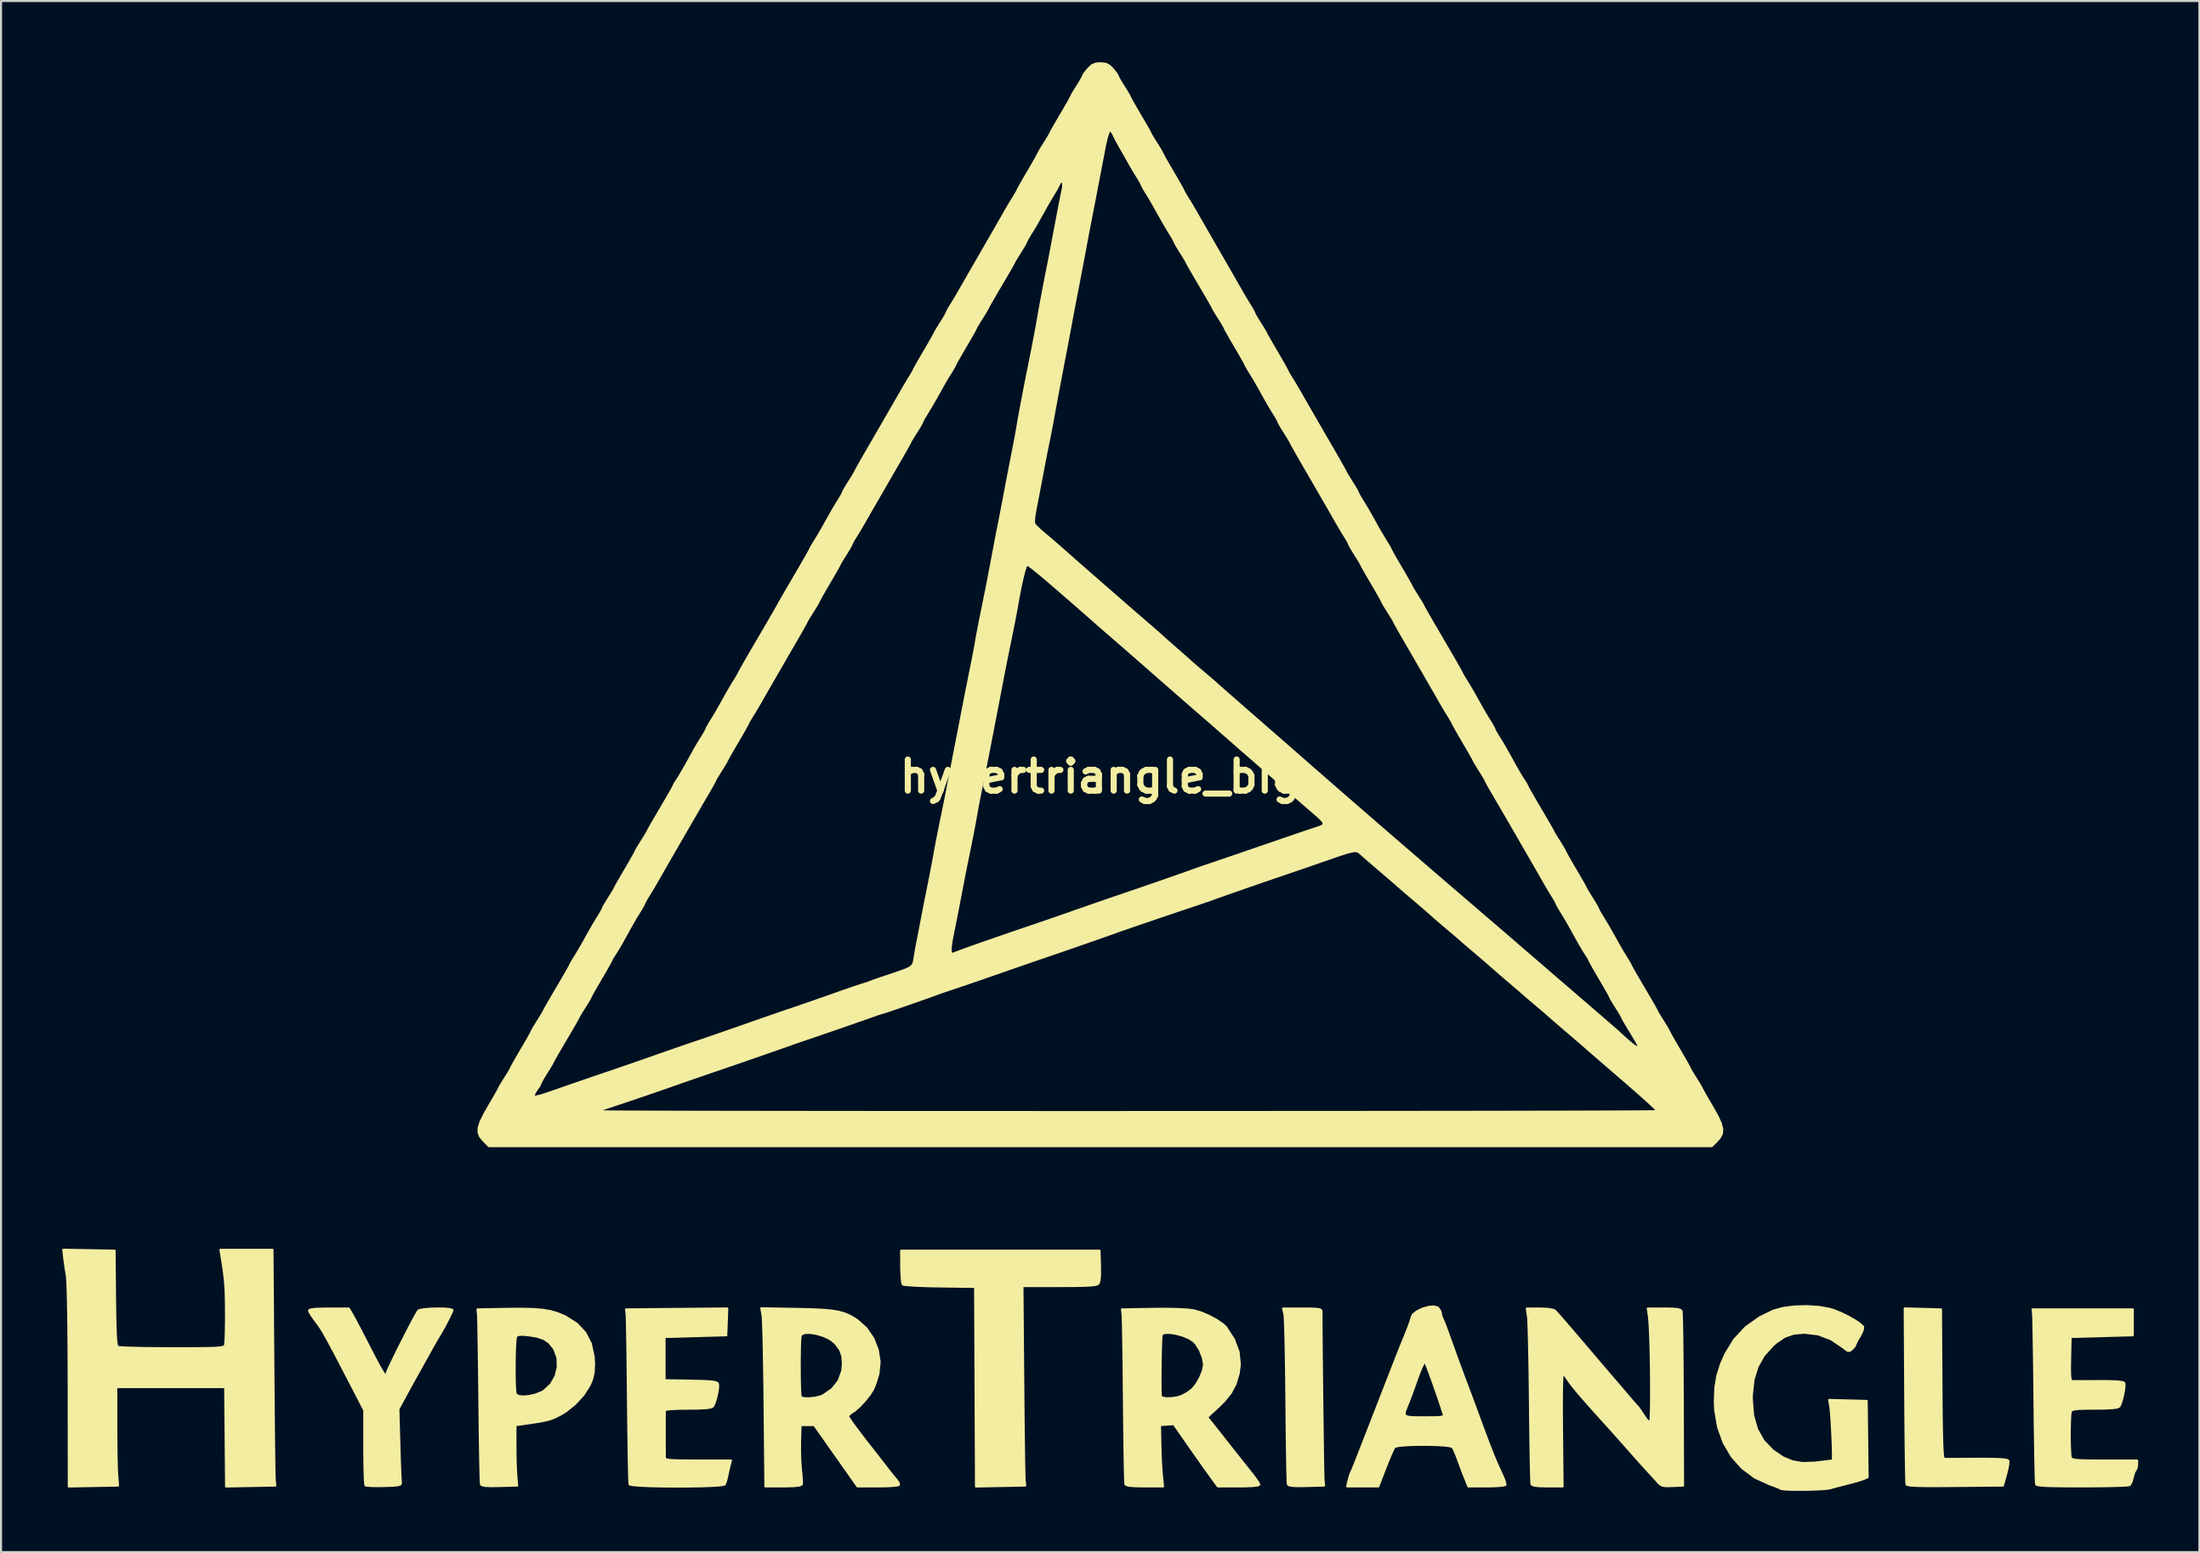
<source format=kicad_pcb>
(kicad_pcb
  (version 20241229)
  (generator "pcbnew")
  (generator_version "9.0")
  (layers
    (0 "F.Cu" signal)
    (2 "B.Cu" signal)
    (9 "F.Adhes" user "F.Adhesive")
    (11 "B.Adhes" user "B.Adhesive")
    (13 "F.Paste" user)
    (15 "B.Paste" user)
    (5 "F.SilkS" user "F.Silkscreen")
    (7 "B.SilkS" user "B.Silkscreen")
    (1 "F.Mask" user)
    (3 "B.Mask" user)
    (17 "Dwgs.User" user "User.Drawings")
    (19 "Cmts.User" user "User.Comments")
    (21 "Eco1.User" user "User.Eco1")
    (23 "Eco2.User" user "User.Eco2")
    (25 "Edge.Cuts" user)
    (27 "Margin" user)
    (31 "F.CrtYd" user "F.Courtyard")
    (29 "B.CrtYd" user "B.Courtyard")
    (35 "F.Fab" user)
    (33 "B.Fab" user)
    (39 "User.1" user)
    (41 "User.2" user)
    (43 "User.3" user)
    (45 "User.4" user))
  (footprint "hypertriangle_big"
    (layer "F.Cu")
    (at 50.867 35.017)
    (property "Reference" "hypertriangle_big" (at 0 0 0) (layer "F.SilkS") (effects (font (size 1.524 1.524) (thickness 0.3))))
    (attr through_hole)
    (fp_poly (pts (xy -0.016 24.422) (xy -0.043 24.719) (xy -0.092 24.858) (xy -0.157 24.899) (xy -0.29 24.93) (xy -0.511 24.952) (xy -0.838 24.966) (xy -1.292 24.974) (xy -1.893 24.977) (xy -2.004 24.977) (xy -3.818 24.977) (xy -3.779 29.57) (xy -3.771 30.445) (xy -3.763 31.277) (xy -3.754 32.049) (xy -3.745 32.742) (xy -3.737 33.342) (xy -3.729 33.831) (xy -3.721 34.193) (xy -3.715 34.41) (xy -3.712 34.459) (xy -3.683 34.756) (xy -4.889 34.779) (xy -6.095 34.803) (xy -6.116 29.911) (xy -6.138 25.019) (xy -7.872 24.996) (xy -8.399 24.986) (xy -8.868 24.97) (xy -9.255 24.949) (xy -9.531 24.927) (xy -9.671 24.903) (xy -9.681 24.897) (xy -9.714 24.784) (xy -9.74 24.543) (xy -9.756 24.218) (xy -9.759 24.031) (xy -9.761 23.241) (xy -4.902 23.241) (xy -0.042 23.241) (xy -0.018 23.99) (xy -0.016 24.422)) (stroke (width 0.1) (type solid)) (fill yes) (layer "F.SilkS"))
    (fp_poly (pts (xy 44.494 33.546) (xy 44.493 33.678) (xy 44.45 33.92) (xy 44.379 34.205) (xy 44.223 34.756) (xy 41.879 34.778) (xy 41.155 34.783) (xy 40.585 34.784) (xy 40.153 34.778) (xy 39.843 34.766) (xy 39.641 34.747) (xy 39.531 34.721) (xy 39.498 34.694) (xy 39.49 34.59) (xy 39.482 34.334) (xy 39.474 33.941) (xy 39.466 33.429) (xy 39.458 32.814) (xy 39.45 32.111) (xy 39.444 31.339) (xy 39.438 30.513) (xy 39.437 30.329) (xy 39.412 26.072) (xy 40.301 26.096) (xy 41.19 26.12) (xy 41.212 29.782) (xy 41.219 30.706) (xy 41.227 31.474) (xy 41.237 32.095) (xy 41.249 32.584) (xy 41.263 32.95) (xy 41.281 33.207) (xy 41.302 33.366) (xy 41.326 33.439) (xy 41.339 33.447) (xy 41.455 33.448) (xy 41.71 33.448) (xy 42.076 33.447) (xy 42.522 33.445) (xy 42.949 33.443) (xy 43.519 33.444) (xy 43.939 33.451) (xy 44.228 33.468) (xy 44.403 33.494) (xy 44.485 33.531) (xy 44.494 33.546)) (stroke (width 0.1) (type solid)) (fill yes) (layer "F.SilkS"))
    (fp_poly (pts (xy 10.964 34.756) (xy 10.095 34.78) (xy 9.671 34.786) (xy 9.393 34.773) (xy 9.239 34.741) (xy 9.187 34.695) (xy 9.178 34.591) (xy 9.169 34.334) (xy 9.159 33.942) (xy 9.149 33.433) (xy 9.14 32.823) (xy 9.13 32.129) (xy 9.122 31.368) (xy 9.115 30.607) (xy 9.106 29.792) (xy 9.096 29.022) (xy 9.085 28.315) (xy 9.072 27.688) (xy 9.058 27.16) (xy 9.044 26.748) (xy 9.03 26.471) (xy 9.018 26.352) (xy 8.955 26.077) (xy 9.896 26.077) (xy 10.309 26.08) (xy 10.581 26.091) (xy 10.74 26.114) (xy 10.816 26.154) (xy 10.836 26.216) (xy 10.836 26.226) (xy 10.836 26.485) (xy 10.838 26.874) (xy 10.841 27.372) (xy 10.846 27.959) (xy 10.852 28.614) (xy 10.86 29.317) (xy 10.868 30.048) (xy 10.877 30.786) (xy 10.886 31.511) (xy 10.895 32.203) (xy 10.904 32.84) (xy 10.912 33.403) (xy 10.92 33.871) (xy 10.927 34.225) (xy 10.933 34.442) (xy 10.936 34.502) (xy 10.964 34.756)) (stroke (width 0.1) (type solid)) (fill yes) (layer "F.SilkS"))
    (fp_poly (pts (xy -40.428 34.756) (xy -41.634 34.779) (xy -42.839 34.803) (xy -42.861 32.366) (xy -42.884 29.93) (xy -45.551 29.93) (xy -48.218 29.93) (xy -48.218 31.792) (xy -48.216 32.377) (xy -48.21 32.94) (xy -48.202 33.446) (xy -48.191 33.862) (xy -48.179 34.153) (xy -48.175 34.205) (xy -48.133 34.756) (xy -49.34 34.779) (xy -50.546 34.803) (xy -50.552 29.868) (xy -50.555 28.873) (xy -50.56 27.943) (xy -50.568 27.092) (xy -50.578 26.335) (xy -50.59 25.685) (xy -50.604 25.157) (xy -50.619 24.764) (xy -50.635 24.521) (xy -50.642 24.469) (xy -50.701 24.111) (xy -50.754 23.742) (xy -50.772 23.599) (xy -50.817 23.194) (xy -49.559 23.218) (xy -48.302 23.241) (xy -48.28 25.565) (xy -48.27 26.307) (xy -48.258 26.893) (xy -48.242 27.336) (xy -48.221 27.651) (xy -48.195 27.849) (xy -48.163 27.945) (xy -48.153 27.956) (xy -48.045 27.972) (xy -47.789 27.988) (xy -47.407 28.001) (xy -46.922 28.012) (xy -46.354 28.019) (xy -45.726 28.023) (xy -45.496 28.023) (xy -44.764 28.023) (xy -44.184 28.02) (xy -43.738 28.014) (xy -43.408 28.004) (xy -43.176 27.988) (xy -43.026 27.967) (xy -42.94 27.939) (xy -42.899 27.903) (xy -42.893 27.891) (xy -42.876 27.764) (xy -42.861 27.5) (xy -42.85 27.129) (xy -42.844 26.683) (xy -42.843 26.346) (xy -42.848 25.724) (xy -42.862 25.218) (xy -42.891 24.774) (xy -42.939 24.337) (xy -43.009 23.856) (xy -43.057 23.558) (xy -43.117 23.199) (xy -41.841 23.199) (xy -40.565 23.199) (xy -40.524 28.681) (xy -40.517 29.637) (xy -40.509 30.55) (xy -40.501 31.403) (xy -40.493 32.182) (xy -40.485 32.872) (xy -40.477 33.458) (xy -40.47 33.924) (xy -40.463 34.255) (xy -40.457 34.437) (xy -40.456 34.459) (xy -40.428 34.756)) (stroke (width 0.1) (type solid)) (fill yes) (layer "F.SilkS"))
    (fp_poly (pts (xy -18.1 33.528) (xy -18.163 33.761) (xy -18.224 34.012) (xy -18.284 34.292) (xy -18.285 34.297) (xy -18.341 34.526) (xy -18.4 34.687) (xy -18.406 34.699) (xy -18.507 34.731) (xy -18.749 34.757) (xy -19.106 34.778) (xy -19.549 34.793) (xy -20.054 34.802) (xy -20.592 34.806) (xy -21.138 34.804) (xy -21.664 34.797) (xy -22.143 34.784) (xy -22.549 34.765) (xy -22.856 34.741) (xy -23.036 34.712) (xy -23.072 34.692) (xy -23.08 34.588) (xy -23.089 34.332) (xy -23.099 33.941) (xy -23.109 33.432) (xy -23.119 32.822) (xy -23.129 32.129) (xy -23.139 31.369) (xy -23.147 30.607) (xy -23.155 29.793) (xy -23.164 29.025) (xy -23.173 28.32) (xy -23.182 27.696) (xy -23.191 27.171) (xy -23.2 26.763) (xy -23.207 26.49) (xy -23.213 26.374) (xy -23.241 26.12) (xy -20.761 26.097) (xy -18.281 26.075) (xy -18.306 26.732) (xy -18.33 27.39) (xy -19.842 27.432) (xy -21.354 27.474) (xy -21.354 28.533) (xy -21.354 29.591) (xy -20.071 29.614) (xy -19.569 29.626) (xy -19.211 29.641) (xy -18.972 29.664) (xy -18.829 29.696) (xy -18.757 29.741) (xy -18.737 29.773) (xy -18.728 29.935) (xy -18.764 30.191) (xy -18.83 30.479) (xy -18.911 30.733) (xy -18.987 30.882) (xy -19.088 30.93) (xy -19.314 30.963) (xy -19.679 30.982) (xy -20.198 30.988) (xy -20.203 30.988) (xy -20.681 30.994) (xy -21.042 31.012) (xy -21.267 31.039) (xy -21.34 31.073) (xy -21.342 31.186) (xy -21.343 31.433) (xy -21.344 31.778) (xy -21.344 32.185) (xy -21.344 32.216) (xy -21.344 32.631) (xy -21.343 32.992) (xy -21.342 33.26) (xy -21.34 33.398) (xy -21.34 33.401) (xy -21.318 33.446) (xy -21.239 33.479) (xy -21.083 33.502) (xy -20.829 33.517) (xy -20.455 33.525) (xy -19.941 33.528) (xy -19.718 33.528) (xy -18.1 33.528)) (stroke (width 0.1) (type solid)) (fill yes) (layer "F.SilkS"))
    (fp_poly (pts (xy -24.809 28.813) (xy -24.828 29.216) (xy -24.903 29.543) (xy -25.029 29.842) (xy -25.325 30.306) (xy -25.732 30.752) (xy -26.198 31.127) (xy -26.416 31.26) (xy -26.585 31.347) (xy -26.585 28.943) (xy -26.602 28.49) (xy -26.755 28.074) (xy -26.799 28.003) (xy -27.02 27.739) (xy -27.284 27.562) (xy -27.635 27.449) (xy -28.014 27.39) (xy -28.332 27.363) (xy -28.521 27.376) (xy -28.617 27.431) (xy -28.626 27.444) (xy -28.652 27.566) (xy -28.672 27.822) (xy -28.687 28.173) (xy -28.696 28.585) (xy -28.7 29.02) (xy -28.697 29.441) (xy -28.688 29.813) (xy -28.672 30.099) (xy -28.65 30.262) (xy -28.647 30.272) (xy -28.529 30.362) (xy -28.299 30.393) (xy -28.002 30.369) (xy -27.682 30.296) (xy -27.384 30.178) (xy -27.259 30.106) (xy -26.922 29.792) (xy -26.694 29.391) (xy -26.585 28.943) (xy -26.585 31.347) (xy -26.673 31.393) (xy -26.903 31.488) (xy -27.153 31.561) (xy -27.472 31.623) (xy -27.908 31.69) (xy -27.94 31.695) (xy -28.66 31.798) (xy -28.66 32.811) (xy -28.656 33.263) (xy -28.646 33.703) (xy -28.631 34.076) (xy -28.617 34.29) (xy -28.575 34.756) (xy -29.444 34.78) (xy -29.868 34.786) (xy -30.145 34.773) (xy -30.299 34.741) (xy -30.351 34.695) (xy -30.359 34.591) (xy -30.369 34.334) (xy -30.379 33.942) (xy -30.39 33.433) (xy -30.4 32.823) (xy -30.411 32.129) (xy -30.42 31.368) (xy -30.429 30.607) (xy -30.438 29.793) (xy -30.447 29.025) (xy -30.456 28.32) (xy -30.466 27.696) (xy -30.475 27.171) (xy -30.483 26.763) (xy -30.49 26.49) (xy -30.496 26.374) (xy -30.522 26.12) (xy -29.041 26.093) (xy -28.337 26.088) (xy -27.77 26.102) (xy -27.311 26.141) (xy -26.927 26.208) (xy -26.589 26.308) (xy -26.265 26.444) (xy -26.204 26.473) (xy -25.651 26.825) (xy -25.239 27.266) (xy -24.965 27.802) (xy -24.828 28.437) (xy -24.809 28.813)) (stroke (width 0.1) (type solid)) (fill yes) (layer "F.SilkS"))
    (fp_poly (pts (xy 50.8 33.735) (xy 50.772 33.911) (xy 50.725 33.988) (xy 50.662 34.094) (xy 50.601 34.299) (xy 50.59 34.352) (xy 50.527 34.575) (xy 50.448 34.72) (xy 50.432 34.733) (xy 50.324 34.75) (xy 50.07 34.765) (xy 49.694 34.778) (xy 49.218 34.788) (xy 48.667 34.794) (xy 48.109 34.797) (xy 47.399 34.795) (xy 46.844 34.789) (xy 46.427 34.779) (xy 46.135 34.762) (xy 45.951 34.739) (xy 45.862 34.709) (xy 45.848 34.692) (xy 45.84 34.588) (xy 45.831 34.332) (xy 45.821 33.941) (xy 45.81 33.432) (xy 45.8 32.822) (xy 45.789 32.129) (xy 45.779 31.369) (xy 45.771 30.607) (xy 45.762 29.793) (xy 45.752 29.025) (xy 45.743 28.32) (xy 45.733 27.696) (xy 45.724 27.171) (xy 45.716 26.763) (xy 45.709 26.49) (xy 45.703 26.374) (xy 45.678 26.12) (xy 48.133 26.12) (xy 50.588 26.12) (xy 50.588 26.755) (xy 50.588 27.39) (xy 49.064 27.432) (xy 47.54 27.474) (xy 47.517 28.554) (xy 47.51 29.021) (xy 47.517 29.342) (xy 47.537 29.536) (xy 47.574 29.625) (xy 47.601 29.637) (xy 47.722 29.638) (xy 47.977 29.638) (xy 48.335 29.637) (xy 48.76 29.635) (xy 48.909 29.634) (xy 49.456 29.636) (xy 49.843 29.652) (xy 50.078 29.682) (xy 50.169 29.724) (xy 50.183 29.857) (xy 50.156 30.092) (xy 50.102 30.373) (xy 50.031 30.641) (xy 49.955 30.839) (xy 49.929 30.882) (xy 49.829 30.93) (xy 49.606 30.963) (xy 49.243 30.982) (xy 48.728 30.988) (xy 48.724 30.988) (xy 48.258 30.991) (xy 47.934 31.001) (xy 47.727 31.023) (xy 47.609 31.058) (xy 47.555 31.11) (xy 47.549 31.122) (xy 47.529 31.256) (xy 47.513 31.521) (xy 47.502 31.876) (xy 47.498 32.258) (xy 47.502 32.664) (xy 47.514 33.015) (xy 47.53 33.272) (xy 47.549 33.394) (xy 47.587 33.441) (xy 47.674 33.476) (xy 47.832 33.501) (xy 48.084 33.516) (xy 48.451 33.525) (xy 48.957 33.528) (xy 49.2 33.528) (xy 50.8 33.528) (xy 50.8 33.735)) (stroke (width 0.1) (type solid)) (fill yes) (layer "F.SilkS"))
    (fp_poly (pts (xy -31.75 26.157) (xy -31.788 26.266) (xy -31.888 26.479) (xy -32.028 26.753) (xy -32.185 27.045) (xy -32.337 27.312) (xy -32.394 27.405) (xy -32.466 27.525) (xy -32.555 27.676) (xy -32.675 27.888) (xy -32.843 28.188) (xy -33.074 28.605) (xy -33.105 28.66) (xy -33.279 28.973) (xy -33.447 29.275) (xy -33.553 29.464) (xy -33.674 29.682) (xy -33.843 29.989) (xy -34.026 30.325) (xy -34.057 30.383) (xy -34.396 31.006) (xy -34.348 32.711) (xy -34.333 33.242) (xy -34.317 33.722) (xy -34.301 34.123) (xy -34.287 34.418) (xy -34.276 34.576) (xy -34.275 34.586) (xy -34.274 34.663) (xy -34.32 34.714) (xy -34.443 34.746) (xy -34.672 34.765) (xy -35.036 34.778) (xy -35.099 34.78) (xy -35.463 34.784) (xy -35.762 34.777) (xy -35.957 34.76) (xy -36.009 34.744) (xy -36.026 34.646) (xy -36.042 34.403) (xy -36.054 34.043) (xy -36.063 33.59) (xy -36.068 33.07) (xy -36.068 32.874) (xy -36.068 31.062) (xy -36.734 29.776) (xy -37.099 29.074) (xy -37.395 28.505) (xy -37.634 28.052) (xy -37.824 27.696) (xy -37.977 27.42) (xy -38.1 27.206) (xy -38.205 27.038) (xy -38.302 26.896) (xy -38.399 26.764) (xy -38.442 26.707) (xy -38.616 26.469) (xy -38.737 26.275) (xy -38.777 26.175) (xy -38.712 26.128) (xy -38.508 26.097) (xy -38.155 26.081) (xy -37.802 26.077) (xy -36.828 26.077) (xy -36.681 26.321) (xy -36.595 26.473) (xy -36.449 26.747) (xy -36.256 27.114) (xy -36.033 27.545) (xy -35.814 27.971) (xy -35.535 28.509) (xy -35.322 28.907) (xy -35.166 29.174) (xy -35.061 29.323) (xy -34.998 29.364) (xy -34.97 29.31) (xy -34.967 29.252) (xy -34.93 29.146) (xy -34.829 28.919) (xy -34.677 28.6) (xy -34.49 28.217) (xy -34.282 27.8) (xy -34.067 27.377) (xy -33.861 26.976) (xy -33.677 26.628) (xy -33.53 26.36) (xy -33.434 26.201) (xy -33.421 26.183) (xy -33.31 26.138) (xy -33.084 26.105) (xy -32.788 26.083) (xy -32.464 26.075) (xy -32.157 26.08) (xy -31.911 26.1) (xy -31.769 26.135) (xy -31.75 26.157)) (stroke (width 0.1) (type solid)) (fill yes) (layer "F.SilkS"))
    (fp_poly (pts (xy 37.595 34.346) (xy 37.403 34.432) (xy 37.225 34.495) (xy 36.943 34.578) (xy 36.618 34.662) (xy 36.28 34.748) (xy 35.971 34.829) (xy 35.766 34.887) (xy 35.592 34.917) (xy 35.305 34.939) (xy 34.943 34.956) (xy 34.545 34.965) (xy 34.149 34.966) (xy 33.792 34.96) (xy 33.515 34.946) (xy 33.354 34.923) (xy 33.332 34.912) (xy 33.228 34.858) (xy 33.013 34.772) (xy 32.789 34.693) (xy 32.073 34.366) (xy 31.453 33.908) (xy 30.939 33.333) (xy 30.54 32.655) (xy 30.265 31.888) (xy 30.124 31.048) (xy 30.107 30.649) (xy 30.132 29.967) (xy 30.227 29.376) (xy 30.406 28.807) (xy 30.629 28.301) (xy 31.063 27.593) (xy 31.619 26.997) (xy 32.304 26.509) (xy 32.978 26.181) (xy 33.437 26.052) (xy 34 25.978) (xy 34.61 25.96) (xy 35.21 25.999) (xy 35.744 26.096) (xy 35.941 26.156) (xy 36.291 26.298) (xy 36.647 26.472) (xy 36.97 26.655) (xy 37.221 26.826) (xy 37.363 26.961) (xy 37.376 26.986) (xy 37.36 27.121) (xy 37.27 27.331) (xy 37.21 27.434) (xy 37.084 27.648) (xy 37.009 27.804) (xy 36.999 27.841) (xy 36.943 27.947) (xy 36.833 28.064) (xy 36.719 28.152) (xy 36.621 28.153) (xy 36.478 28.055) (xy 36.4 27.989) (xy 35.804 27.585) (xy 35.17 27.344) (xy 34.491 27.264) (xy 33.975 27.309) (xy 33.536 27.461) (xy 33.118 27.742) (xy 32.966 27.875) (xy 32.517 28.372) (xy 32.201 28.925) (xy 32.006 29.559) (xy 31.924 30.298) (xy 31.92 30.524) (xy 31.983 31.313) (xy 32.175 31.993) (xy 32.496 32.565) (xy 32.947 33.032) (xy 32.963 33.045) (xy 33.438 33.369) (xy 33.901 33.567) (xy 34.402 33.651) (xy 34.988 33.634) (xy 35.154 33.616) (xy 35.478 33.575) (xy 35.731 33.545) (xy 35.87 33.529) (xy 35.885 33.528) (xy 35.895 33.449) (xy 35.896 33.236) (xy 35.889 32.923) (xy 35.876 32.544) (xy 35.857 32.135) (xy 35.835 31.729) (xy 35.811 31.36) (xy 35.787 31.065) (xy 35.765 30.879) (xy 35.71 30.559) (xy 36.63 30.583) (xy 37.55 30.607) (xy 37.572 32.477) (xy 37.595 34.346)) (stroke (width 0.1) (type solid)) (fill yes) (layer "F.SilkS"))
    (fp_poly (pts (xy -9.872 34.726) (xy -9.969 34.754) (xy -10.2 34.777) (xy -10.531 34.793) (xy -10.909 34.798) (xy -11.902 34.798) (xy -12.615 33.785) (xy -12.615 28.784) (xy -12.645 28.399) (xy -12.756 28.096) (xy -12.977 27.8) (xy -13.024 27.748) (xy -13.246 27.576) (xy -13.541 27.434) (xy -13.868 27.331) (xy -14.187 27.275) (xy -14.457 27.274) (xy -14.637 27.339) (xy -14.681 27.397) (xy -14.7 27.528) (xy -14.714 27.788) (xy -14.724 28.142) (xy -14.73 28.557) (xy -14.731 28.999) (xy -14.727 29.434) (xy -14.72 29.828) (xy -14.708 30.147) (xy -14.691 30.357) (xy -14.676 30.424) (xy -14.534 30.472) (xy -14.29 30.48) (xy -14.005 30.452) (xy -13.738 30.394) (xy -13.606 30.343) (xy -13.146 30.027) (xy -12.824 29.62) (xy -12.648 29.133) (xy -12.615 28.784) (xy -12.615 33.785) (xy -12.96 33.295) (xy -14.019 31.792) (xy -14.354 31.792) (xy -14.69 31.792) (xy -14.714 32.605) (xy -14.717 33.049) (xy -14.704 33.513) (xy -14.677 33.915) (xy -14.667 34.011) (xy -14.636 34.319) (xy -14.622 34.566) (xy -14.628 34.699) (xy -14.629 34.7) (xy -14.732 34.752) (xy -15 34.784) (xy -15.435 34.798) (xy -15.538 34.798) (xy -16.414 34.798) (xy -16.454 30.755) (xy -16.463 29.932) (xy -16.475 29.152) (xy -16.487 28.432) (xy -16.5 27.792) (xy -16.514 27.249) (xy -16.528 26.822) (xy -16.542 26.528) (xy -16.555 26.389) (xy -16.615 26.065) (xy -14.848 26.096) (xy -14.154 26.113) (xy -13.602 26.138) (xy -13.165 26.178) (xy -12.814 26.237) (xy -12.524 26.32) (xy -12.266 26.433) (xy -12.014 26.581) (xy -11.901 26.656) (xy -11.463 27.049) (xy -11.126 27.544) (xy -10.906 28.104) (xy -10.816 28.69) (xy -10.872 29.265) (xy -10.881 29.298) (xy -10.974 29.613) (xy -11.077 29.903) (xy -11.132 30.028) (xy -11.301 30.299) (xy -11.541 30.601) (xy -11.805 30.883) (xy -12.048 31.093) (xy -12.139 31.152) (xy -12.298 31.264) (xy -12.361 31.362) (xy -12.311 31.456) (xy -12.172 31.659) (xy -11.963 31.947) (xy -11.699 32.296) (xy -11.467 32.597) (xy -11.153 32.998) (xy -10.859 33.375) (xy -10.607 33.698) (xy -10.422 33.937) (xy -10.345 34.036) (xy -10.167 34.262) (xy -10.005 34.456) (xy -9.972 34.493) (xy -9.878 34.639) (xy -9.872 34.726)) (stroke (width 0.1) (type solid)) (fill yes) (layer "F.SilkS"))
    (fp_poly (pts (xy 7.789 34.712) (xy 7.708 34.751) (xy 7.473 34.779) (xy 7.104 34.795) (xy 6.773 34.798) (xy 5.757 34.798) (xy 5.397 34.305) (xy 5.214 34.051) (xy 5.08 33.863) (xy 5.08 28.833) (xy 5.023 28.49) (xy 4.876 28.117) (xy 4.675 27.797) (xy 4.572 27.686) (xy 4.346 27.538) (xy 4.048 27.414) (xy 3.721 27.322) (xy 3.409 27.272) (xy 3.159 27.274) (xy 3.013 27.337) (xy 3.006 27.347) (xy 2.993 27.448) (xy 2.98 27.685) (xy 2.969 28.025) (xy 2.96 28.435) (xy 2.953 28.881) (xy 2.949 29.332) (xy 2.948 29.752) (xy 2.951 30.111) (xy 2.958 30.373) (xy 2.958 30.374) (xy 3.037 30.444) (xy 3.231 30.477) (xy 3.491 30.471) (xy 3.769 30.429) (xy 3.991 30.36) (xy 4.259 30.214) (xy 4.508 30.027) (xy 4.512 30.024) (xy 4.706 29.783) (xy 4.888 29.462) (xy 5.023 29.127) (xy 5.08 28.846) (xy 5.08 28.833) (xy 5.08 33.863) (xy 4.964 33.699) (xy 4.677 33.293) (xy 4.384 32.874) (xy 4.318 32.78) (xy 3.598 31.746) (xy 3.26 31.769) (xy 2.922 31.792) (xy 2.941 32.749) (xy 2.954 33.205) (xy 2.974 33.663) (xy 2.999 34.059) (xy 3.015 34.252) (xy 3.071 34.798) (xy 2.168 34.798) (xy 1.721 34.791) (xy 1.426 34.769) (xy 1.266 34.729) (xy 1.227 34.692) (xy 1.218 34.588) (xy 1.209 34.332) (xy 1.199 33.941) (xy 1.189 33.432) (xy 1.179 32.822) (xy 1.17 32.129) (xy 1.161 31.369) (xy 1.154 30.607) (xy 1.146 29.793) (xy 1.138 29.025) (xy 1.129 28.32) (xy 1.12 27.696) (xy 1.111 27.171) (xy 1.103 26.763) (xy 1.095 26.49) (xy 1.089 26.374) (xy 1.058 26.12) (xy 2.582 26.094) (xy 3.267 26.09) (xy 3.848 26.102) (xy 4.303 26.13) (xy 4.598 26.17) (xy 4.944 26.274) (xy 5.328 26.439) (xy 5.697 26.637) (xy 5.998 26.841) (xy 6.155 26.989) (xy 6.545 27.589) (xy 6.773 28.205) (xy 6.834 28.829) (xy 6.778 29.264) (xy 6.626 29.771) (xy 6.398 30.207) (xy 6.064 30.623) (xy 5.771 30.91) (xy 5.234 31.403) (xy 6.152 32.565) (xy 6.483 32.985) (xy 6.807 33.394) (xy 7.097 33.76) (xy 7.326 34.048) (xy 7.429 34.177) (xy 7.611 34.416) (xy 7.741 34.608) (xy 7.789 34.712)) (stroke (width 0.1) (type solid)) (fill yes) (layer "F.SilkS"))
    (fp_poly (pts (xy 28.551 34.756) (xy 28.026 34.781) (xy 27.724 34.787) (xy 27.536 34.761) (xy 27.409 34.689) (xy 27.333 34.612) (xy 27.182 34.442) (xy 26.97 34.208) (xy 26.812 34.036) (xy 26.604 33.808) (xy 26.327 33.5) (xy 26.023 33.158) (xy 25.827 32.935) (xy 25.516 32.583) (xy 25.193 32.22) (xy 24.906 31.899) (xy 24.768 31.747) (xy 24.178 31.093) (xy 23.703 30.556) (xy 23.339 30.133) (xy 23.084 29.819) (xy 22.954 29.641) (xy 22.81 29.432) (xy 22.695 29.279) (xy 22.672 29.252) (xy 22.65 29.31) (xy 22.634 29.528) (xy 22.622 29.898) (xy 22.615 30.411) (xy 22.614 31.058) (xy 22.619 31.831) (xy 22.62 31.983) (xy 22.648 34.798) (xy 21.905 34.798) (xy 21.496 34.788) (xy 21.242 34.757) (xy 21.13 34.704) (xy 21.124 34.692) (xy 21.115 34.588) (xy 21.106 34.332) (xy 21.096 33.942) (xy 21.085 33.434) (xy 21.075 32.827) (xy 21.065 32.137) (xy 21.055 31.383) (xy 21.049 30.734) (xy 21.04 29.927) (xy 21.029 29.159) (xy 21.017 28.451) (xy 21.003 27.82) (xy 20.99 27.287) (xy 20.976 26.87) (xy 20.963 26.589) (xy 20.953 26.48) (xy 20.896 26.077) (xy 21.533 26.077) (xy 21.948 26.095) (xy 22.207 26.146) (xy 22.282 26.19) (xy 22.42 26.34) (xy 22.664 26.617) (xy 23.011 27.019) (xy 23.461 27.543) (xy 24.009 28.188) (xy 24.086 28.279) (xy 24.396 28.643) (xy 24.685 28.982) (xy 24.927 29.266) (xy 25.096 29.462) (xy 25.135 29.507) (xy 25.297 29.695) (xy 25.524 29.96) (xy 25.773 30.253) (xy 25.823 30.312) (xy 26.041 30.567) (xy 26.217 30.77) (xy 26.324 30.888) (xy 26.339 30.903) (xy 26.411 30.994) (xy 26.536 31.18) (xy 26.616 31.305) (xy 26.762 31.513) (xy 26.886 31.643) (xy 26.931 31.665) (xy 26.951 31.585) (xy 26.967 31.36) (xy 26.977 31.015) (xy 26.983 30.575) (xy 26.984 30.065) (xy 26.982 29.509) (xy 26.975 28.932) (xy 26.965 28.358) (xy 26.951 27.814) (xy 26.934 27.322) (xy 26.914 26.908) (xy 26.892 26.597) (xy 26.879 26.48) (xy 26.822 26.077) (xy 27.626 26.077) (xy 28.023 26.083) (xy 28.279 26.104) (xy 28.422 26.143) (xy 28.477 26.2) (xy 28.487 26.307) (xy 28.496 26.566) (xy 28.505 26.961) (xy 28.514 27.476) (xy 28.521 28.093) (xy 28.528 28.796) (xy 28.533 29.568) (xy 28.537 30.393) (xy 28.538 30.539) (xy 28.551 34.756)) (stroke (width 0.1) (type solid)) (fill yes) (layer "F.SilkS"))
    (fp_poly (pts (xy 19.851 34.714) (xy 19.848 34.724) (xy 19.749 34.755) (xy 19.519 34.779) (xy 19.194 34.794) (xy 18.916 34.798) (xy 18.03 34.798) (xy 17.937 34.565) (xy 17.843 34.331) (xy 17.775 34.163) (xy 17.711 33.995) (xy 17.614 33.73) (xy 17.526 33.487) (xy 17.417 33.203) (xy 17.316 32.978) (xy 17.255 32.873) (xy 17.136 32.829) (xy 16.884 32.796) (xy 16.829 32.793) (xy 16.829 31.29) (xy 16.822 31.263) (xy 16.713 30.922) (xy 16.581 30.526) (xy 16.436 30.106) (xy 16.291 29.692) (xy 16.154 29.314) (xy 16.038 29.003) (xy 15.954 28.79) (xy 15.911 28.705) (xy 15.91 28.705) (xy 15.847 28.758) (xy 15.754 28.931) (xy 15.627 29.239) (xy 15.46 29.695) (xy 15.452 29.718) (xy 15.328 30.065) (xy 15.236 30.317) (xy 15.152 30.537) (xy 15.052 30.79) (xy 14.997 30.928) (xy 14.922 31.126) (xy 14.903 31.261) (xy 14.961 31.345) (xy 15.118 31.39) (xy 15.397 31.408) (xy 15.82 31.411) (xy 15.885 31.411) (xy 16.306 31.409) (xy 16.584 31.4) (xy 16.746 31.38) (xy 16.819 31.345) (xy 16.829 31.29) (xy 16.829 32.793) (xy 16.536 32.773) (xy 16.126 32.761) (xy 15.693 32.759) (xy 15.27 32.768) (xy 14.896 32.787) (xy 14.605 32.816) (xy 14.435 32.856) (xy 14.41 32.873) (xy 14.345 32.992) (xy 14.237 33.233) (xy 14.1 33.559) (xy 13.97 33.889) (xy 13.619 34.798) (xy 12.856 34.798) (xy 12.094 34.798) (xy 12.154 34.526) (xy 12.216 34.294) (xy 12.281 34.123) (xy 12.308 34.068) (xy 12.344 33.987) (xy 12.396 33.862) (xy 12.471 33.674) (xy 12.577 33.406) (xy 12.72 33.04) (xy 12.908 32.558) (xy 13.148 31.942) (xy 13.239 31.708) (xy 13.618 30.732) (xy 13.938 29.909) (xy 14.201 29.234) (xy 14.409 28.7) (xy 14.565 28.304) (xy 14.669 28.04) (xy 14.724 27.902) (xy 14.726 27.898) (xy 14.921 27.422) (xy 15.078 27.025) (xy 15.186 26.73) (xy 15.237 26.56) (xy 15.24 26.537) (xy 15.316 26.372) (xy 15.513 26.215) (xy 15.781 26.085) (xy 16.073 25.999) (xy 16.34 25.975) (xy 16.534 26.032) (xy 16.556 26.051) (xy 16.659 26.209) (xy 16.679 26.296) (xy 16.718 26.473) (xy 16.759 26.565) (xy 16.824 26.713) (xy 16.925 26.97) (xy 17.041 27.286) (xy 17.063 27.347) (xy 17.214 27.771) (xy 17.387 28.253) (xy 17.568 28.749) (xy 17.74 29.216) (xy 17.887 29.611) (xy 17.992 29.887) (xy 18.07 30.095) (xy 18.188 30.41) (xy 18.326 30.783) (xy 18.409 31.009) (xy 18.686 31.761) (xy 18.914 32.374) (xy 19.104 32.872) (xy 19.264 33.275) (xy 19.402 33.606) (xy 19.527 33.887) (xy 19.612 34.068) (xy 19.741 34.355) (xy 19.825 34.585) (xy 19.851 34.714)) (stroke (width 0.1) (type solid)) (fill yes) (layer "F.SilkS"))
    (fp_poly (pts (xy 30.473 17.28) (xy 30.456 17.506) (xy 30.352 17.707) (xy 30.219 17.858) (xy 29.959 18.119) (xy 27.291 18.119) (xy 27.291 16.401) (xy 27.249 16.343) (xy 27.094 16.188) (xy 26.841 15.953) (xy 26.507 15.652) (xy 26.373 15.534) (xy 26.373 13.272) (xy 26.345 13.151) (xy 26.32 13.102) (xy 26.226 12.935) (xy 26.074 12.679) (xy 25.898 12.388) (xy 25.894 12.381) (xy 25.736 12.119) (xy 25.621 11.917) (xy 25.57 11.815) (xy 25.569 11.811) (xy 25.527 11.725) (xy 25.417 11.539) (xy 25.273 11.309) (xy 25.121 11.066) (xy 25.014 10.884) (xy 24.977 10.806) (xy 24.936 10.722) (xy 24.826 10.522) (xy 24.663 10.238) (xy 24.469 9.906) (xy 24.27 9.566) (xy 24.108 9.282) (xy 23.999 9.084) (xy 23.961 9.002) (xy 23.917 8.91) (xy 23.811 8.745) (xy 23.803 8.734) (xy 23.68 8.541) (xy 23.515 8.263) (xy 23.366 8.001) (xy 23.133 7.579) (xy 22.961 7.27) (xy 22.829 7.039) (xy 22.717 6.851) (xy 22.605 6.669) (xy 22.568 6.611) (xy 22.441 6.401) (xy 22.364 6.256) (xy 22.352 6.223) (xy 22.311 6.131) (xy 22.205 5.948) (xy 22.136 5.835) (xy 21.958 5.545) (xy 21.783 5.248) (xy 21.744 5.18) (xy 21.619 4.959) (xy 21.424 4.619) (xy 21.176 4.188) (xy 20.891 3.693) (xy 20.584 3.162) (xy 20.273 2.623) (xy 19.971 2.103) (xy 19.697 1.63) (xy 19.464 1.231) (xy 19.291 0.934) (xy 19.248 0.861) (xy 19.081 0.575) (xy 18.954 0.348) (xy 18.887 0.218) (xy 18.881 0.201) (xy 18.838 0.114) (xy 18.728 -0.072) (xy 18.584 -0.302) (xy 18.433 -0.544) (xy 18.326 -0.724) (xy 18.288 -0.799) (xy 18.247 -0.881) (xy 18.137 -1.078) (xy 17.974 -1.362) (xy 17.78 -1.693) (xy 17.582 -2.032) (xy 17.42 -2.315) (xy 17.311 -2.511) (xy 17.272 -2.591) (xy 17.231 -2.678) (xy 17.126 -2.857) (xy 17.056 -2.971) (xy 16.881 -3.255) (xy 16.712 -3.542) (xy 16.673 -3.61) (xy 16.571 -3.789) (xy 16.405 -4.079) (xy 16.193 -4.446) (xy 15.957 -4.855) (xy 15.861 -5.022) (xy 15.592 -5.488) (xy 15.312 -5.972) (xy 15.05 -6.423) (xy 14.838 -6.79) (xy 14.804 -6.849) (xy 14.629 -7.155) (xy 14.491 -7.401) (xy 14.408 -7.555) (xy 14.393 -7.588) (xy 14.351 -7.668) (xy 14.241 -7.85) (xy 14.097 -8.08) (xy 13.945 -8.323) (xy 13.838 -8.505) (xy 13.801 -8.583) (xy 13.76 -8.667) (xy 13.65 -8.866) (xy 13.487 -9.151) (xy 13.293 -9.483) (xy 13.094 -9.821) (xy 12.932 -10.103) (xy 12.824 -10.298) (xy 12.785 -10.377) (xy 12.743 -10.46) (xy 12.633 -10.644) (xy 12.488 -10.874) (xy 12.336 -11.119) (xy 12.229 -11.304) (xy 12.192 -11.385) (xy 12.151 -11.479) (xy 12.045 -11.663) (xy 11.976 -11.776) (xy 11.801 -12.061) (xy 11.632 -12.347) (xy 11.593 -12.415) (xy 11.491 -12.594) (xy 11.325 -12.884) (xy 11.113 -13.252) (xy 10.877 -13.661) (xy 10.781 -13.828) (xy 10.512 -14.293) (xy 10.232 -14.777) (xy 9.97 -15.228) (xy 9.758 -15.595) (xy 9.724 -15.654) (xy 9.549 -15.961) (xy 9.411 -16.207) (xy 9.328 -16.36) (xy 9.313 -16.394) (xy 9.271 -16.474) (xy 9.161 -16.656) (xy 9.017 -16.885) (xy 8.865 -17.13) (xy 8.758 -17.315) (xy 8.721 -17.397) (xy 8.679 -17.491) (xy 8.574 -17.675) (xy 8.504 -17.787) (xy 8.401 -17.953) (xy 8.307 -18.108) (xy 8.201 -18.289) (xy 8.064 -18.531) (xy 7.875 -18.869) (xy 7.767 -19.063) (xy 7.588 -19.376) (xy 7.395 -19.697) (xy 7.33 -19.802) (xy 7.203 -20.011) (xy 7.124 -20.153) (xy 7.112 -20.184) (xy 7.071 -20.268) (xy 6.961 -20.466) (xy 6.798 -20.75) (xy 6.604 -21.082) (xy 6.406 -21.421) (xy 6.244 -21.704) (xy 6.135 -21.901) (xy 6.096 -21.982) (xy 6.054 -22.068) (xy 5.944 -22.255) (xy 5.8 -22.485) (xy 5.648 -22.727) (xy 5.541 -22.907) (xy 5.503 -22.983) (xy 5.463 -23.064) (xy 5.35 -23.264) (xy 5.181 -23.557) (xy 4.971 -23.916) (xy 4.868 -24.09) (xy 4.645 -24.47) (xy 4.456 -24.795) (xy 4.316 -25.039) (xy 4.242 -25.176) (xy 4.233 -25.195) (xy 4.191 -25.277) (xy 4.081 -25.461) (xy 3.937 -25.691) (xy 3.785 -25.935) (xy 3.678 -26.12) (xy 3.641 -26.202) (xy 3.599 -26.296) (xy 3.494 -26.48) (xy 3.424 -26.593) (xy 3.321 -26.758) (xy 3.227 -26.914) (xy 3.121 -27.094) (xy 2.984 -27.336) (xy 2.795 -27.674) (xy 2.687 -27.868) (xy 2.508 -28.181) (xy 2.315 -28.502) (xy 2.25 -28.607) (xy 2.123 -28.818) (xy 2.044 -28.964) (xy 2.032 -28.998) (xy 1.991 -29.091) (xy 1.885 -29.274) (xy 1.814 -29.389) (xy 1.628 -29.694) (xy 1.439 -30.016) (xy 1.4 -30.086) (xy 1.245 -30.362) (xy 1.056 -30.693) (xy 0.936 -30.903) (xy 0.787 -31.173) (xy 0.671 -31.4) (xy 0.62 -31.517) (xy 0.531 -31.643) (xy 0.467 -31.665) (xy 0.402 -31.583) (xy 0.322 -31.341) (xy 0.23 -30.951) (xy 0.175 -30.671) (xy 0.047 -29.995) (xy -0.104 -29.205) (xy -0.268 -28.353) (xy -0.436 -27.489) (xy -0.504 -27.136) (xy -0.551 -26.891) (xy -0.621 -26.527) (xy -0.703 -26.09) (xy -0.79 -25.627) (xy -0.801 -25.569) (xy -0.888 -25.106) (xy -0.972 -24.664) (xy -1.043 -24.288) (xy -1.094 -24.025) (xy -1.098 -24.003) (xy -1.237 -23.288) (xy -1.363 -22.625) (xy -1.469 -22.06) (xy -1.517 -21.802) (xy -1.57 -21.514) (xy -1.645 -21.114) (xy -1.733 -20.658) (xy -1.814 -20.235) (xy -1.82 -20.203) (xy -1.82 -29.069) (xy -1.873 -29.171) (xy -1.952 -29.16) (xy -2.005 -29.067) (xy -2.084 -28.902) (xy -2.214 -28.671) (xy -2.265 -28.588) (xy -2.434 -28.308) (xy -2.62 -27.988) (xy -2.687 -27.868) (xy -2.907 -27.475) (xy -3.065 -27.194) (xy -3.182 -26.99) (xy -3.278 -26.828) (xy -3.375 -26.671) (xy -3.424 -26.593) (xy -3.551 -26.382) (xy -3.629 -26.236) (xy -3.641 -26.202) (xy -3.683 -26.111) (xy -3.793 -25.921) (xy -3.937 -25.691) (xy -4.089 -25.449) (xy -4.196 -25.27) (xy -4.233 -25.195) (xy -4.274 -25.115) (xy -4.386 -24.916) (xy -4.555 -24.624) (xy -4.765 -24.265) (xy -4.868 -24.09) (xy -5.092 -23.711) (xy -5.281 -23.385) (xy -5.42 -23.14) (xy -5.495 -23.003) (xy -5.503 -22.983) (xy -5.545 -22.899) (xy -5.655 -22.715) (xy -5.8 -22.485) (xy -5.952 -22.242) (xy -6.058 -22.06) (xy -6.096 -21.982) (xy -6.137 -21.898) (xy -6.247 -21.698) (xy -6.41 -21.414) (xy -6.604 -21.082) (xy -6.802 -20.743) (xy -6.964 -20.461) (xy -7.073 -20.264) (xy -7.112 -20.184) (xy -7.153 -20.097) (xy -7.258 -19.918) (xy -7.328 -19.805) (xy -7.432 -19.639) (xy -7.526 -19.484) (xy -7.631 -19.303) (xy -7.768 -19.061) (xy -7.957 -18.723) (xy -8.065 -18.529) (xy -8.245 -18.216) (xy -8.438 -17.895) (xy -8.503 -17.79) (xy -8.63 -17.579) (xy -8.709 -17.431) (xy -8.721 -17.397) (xy -8.763 -17.306) (xy -8.873 -17.116) (xy -9.017 -16.885) (xy -9.169 -16.644) (xy -9.275 -16.467) (xy -9.313 -16.394) (xy -9.353 -16.313) (xy -9.459 -16.119) (xy -9.614 -15.845) (xy -9.724 -15.654) (xy -9.923 -15.311) (xy -10.177 -14.872) (xy -10.455 -14.39) (xy -10.729 -13.917) (xy -10.781 -13.828) (xy -11.021 -13.412) (xy -11.245 -13.024) (xy -11.431 -12.698) (xy -11.561 -12.471) (xy -11.593 -12.415) (xy -11.748 -12.149) (xy -11.928 -11.852) (xy -11.976 -11.776) (xy -12.103 -11.566) (xy -12.18 -11.419) (xy -12.192 -11.385) (xy -12.234 -11.295) (xy -12.345 -11.104) (xy -12.488 -10.874) (xy -12.64 -10.632) (xy -12.747 -10.452) (xy -12.785 -10.377) (xy -12.825 -10.295) (xy -12.935 -10.098) (xy -13.098 -9.814) (xy -13.293 -9.483) (xy -13.491 -9.144) (xy -13.653 -8.86) (xy -13.762 -8.663) (xy -13.801 -8.583) (xy -13.843 -8.497) (xy -13.953 -8.31) (xy -14.097 -8.08) (xy -14.249 -7.839) (xy -14.355 -7.661) (xy -14.393 -7.588) (xy -14.433 -7.507) (xy -14.539 -7.314) (xy -14.694 -7.04) (xy -14.804 -6.849) (xy -15.003 -6.505) (xy -15.257 -6.067) (xy -15.535 -5.585) (xy -15.809 -5.112) (xy -15.861 -5.022) (xy -16.101 -4.606) (xy -16.325 -4.218) (xy -16.511 -3.893) (xy -16.641 -3.666) (xy -16.673 -3.61) (xy -16.828 -3.344) (xy -17.008 -3.047) (xy -17.056 -2.971) (xy -17.182 -2.763) (xy -17.26 -2.622) (xy -17.272 -2.591) (xy -17.313 -2.508) (xy -17.423 -2.309) (xy -17.586 -2.025) (xy -17.78 -1.693) (xy -17.978 -1.355) (xy -18.14 -1.073) (xy -18.249 -0.878) (xy -18.288 -0.799) (xy -18.33 -0.716) (xy -18.44 -0.532) (xy -18.584 -0.302) (xy -18.736 -0.059) (xy -18.843 0.123) (xy -18.881 0.201) (xy -18.921 0.286) (xy -19.028 0.481) (xy -19.182 0.749) (xy -19.248 0.861) (xy -19.398 1.117) (xy -19.612 1.484) (xy -19.874 1.935) (xy -20.168 2.442) (xy -20.478 2.978) (xy -20.788 3.515) (xy -21.082 4.025) (xy -21.345 4.481) (xy -21.559 4.855) (xy -21.71 5.12) (xy -21.744 5.18) (xy -21.906 5.458) (xy -22.09 5.761) (xy -22.136 5.835) (xy -22.263 6.045) (xy -22.34 6.19) (xy -22.352 6.223) (xy -22.393 6.315) (xy -22.499 6.498) (xy -22.568 6.611) (xy -22.685 6.798) (xy -22.795 6.981) (xy -22.918 7.195) (xy -23.077 7.477) (xy -23.289 7.862) (xy -23.366 8.001) (xy -23.536 8.3) (xy -23.698 8.57) (xy -23.803 8.734) (xy -23.912 8.901) (xy -23.96 9) (xy -23.961 9.002) (xy -24.001 9.088) (xy -24.112 9.289) (xy -24.275 9.574) (xy -24.469 9.906) (xy -24.667 10.245) (xy -24.829 10.528) (xy -24.938 10.725) (xy -24.977 10.806) (xy -25.019 10.892) (xy -25.129 11.079) (xy -25.273 11.309) (xy -25.425 11.55) (xy -25.532 11.729) (xy -25.569 11.804) (xy -25.61 11.884) (xy -25.722 12.084) (xy -25.891 12.376) (xy -26.101 12.734) (xy -26.204 12.909) (xy -26.428 13.289) (xy -26.617 13.614) (xy -26.756 13.859) (xy -26.831 13.997) (xy -26.839 14.016) (xy -26.881 14.1) (xy -26.991 14.285) (xy -27.136 14.515) (xy -27.288 14.763) (xy -27.396 14.955) (xy -27.434 15.045) (xy -27.483 15.154) (xy -27.598 15.321) (xy -27.601 15.325) (xy -27.719 15.504) (xy -27.769 15.638) (xy -27.769 15.638) (xy -27.754 15.678) (xy -27.694 15.69) (xy -27.569 15.67) (xy -27.36 15.612) (xy -27.047 15.511) (xy -26.611 15.362) (xy -26.162 15.204) (xy -25.717 15.049) (xy -25.182 14.865) (xy -24.628 14.675) (xy -24.172 14.52) (xy -23.659 14.346) (xy -23.059 14.139) (xy -22.443 13.926) (xy -21.884 13.73) (xy -21.844 13.716) (xy -21.327 13.534) (xy -20.781 13.344) (xy -20.265 13.166) (xy -19.837 13.021) (xy -19.77 12.998) (xy -19.399 12.873) (xy -18.917 12.707) (xy -18.371 12.517) (xy -17.808 12.321) (xy -17.441 12.192) (xy -16.895 12) (xy -16.332 11.804) (xy -15.801 11.621) (xy -15.35 11.466) (xy -15.113 11.386) (xy -14.71 11.249) (xy -14.207 11.075) (xy -13.662 10.885) (xy -13.135 10.7) (xy -13.039 10.665) (xy -12.6 10.511) (xy -12.207 10.374) (xy -11.893 10.268) (xy -11.691 10.202) (xy -11.642 10.187) (xy -11.416 10.117) (xy -11.303 10.073) (xy -11.151 10.016) (xy -10.883 9.921) (xy -10.546 9.807) (xy -10.362 9.745) (xy -9.902 9.591) (xy -9.578 9.474) (xy -9.364 9.376) (xy -9.234 9.283) (xy -9.164 9.177) (xy -9.128 9.042) (xy -9.113 8.944) (xy -9.062 8.625) (xy -8.999 8.279) (xy -8.986 8.213) (xy -8.935 7.951) (xy -8.864 7.589) (xy -8.788 7.192) (xy -8.764 7.07) (xy -8.689 6.68) (xy -8.626 6.353) (xy -8.564 6.039) (xy -8.494 5.688) (xy -8.407 5.251) (xy -8.339 4.911) (xy -8.263 4.524) (xy -8.192 4.149) (xy -8.139 3.856) (xy -8.131 3.81) (xy -8.083 3.541) (xy -8.007 3.143) (xy -7.9 2.606) (xy -7.762 1.921) (xy -7.62 1.228) (xy -7.571 0.98) (xy -7.499 0.614) (xy -7.414 0.179) (xy -7.326 -0.277) (xy -7.323 -0.296) (xy -7.235 -0.752) (xy -7.151 -1.189) (xy -7.079 -1.559) (xy -7.03 -1.813) (xy -7.028 -1.82) (xy -6.97 -2.117) (xy -6.895 -2.501) (xy -6.82 -2.893) (xy -6.814 -2.921) (xy -6.708 -3.469) (xy -6.615 -3.947) (xy -6.521 -4.42) (xy -6.414 -4.954) (xy -6.337 -5.334) (xy -6.254 -5.749) (xy -6.178 -6.145) (xy -6.119 -6.467) (xy -6.096 -6.604) (xy -6.067 -6.776) (xy -6.026 -6.999) (xy -5.97 -7.293) (xy -5.894 -7.68) (xy -5.793 -8.18) (xy -5.665 -8.814) (xy -5.589 -9.186) (xy -5.54 -9.431) (xy -5.47 -9.796) (xy -5.387 -10.233) (xy -5.3 -10.696) (xy -5.289 -10.753) (xy -5.203 -11.21) (xy -5.121 -11.643) (xy -5.051 -12.006) (xy -5.001 -12.253) (xy -4.997 -12.277) (xy -4.951 -12.501) (xy -4.883 -12.849) (xy -4.802 -13.276) (xy -4.714 -13.738) (xy -4.694 -13.843) (xy -4.595 -14.367) (xy -4.488 -14.923) (xy -4.387 -15.445) (xy -4.304 -15.868) (xy -4.302 -15.875) (xy -4.221 -16.29) (xy -4.145 -16.694) (xy -4.086 -17.026) (xy -4.066 -17.145) (xy -4.019 -17.423) (xy -3.947 -17.825) (xy -3.857 -18.307) (xy -3.758 -18.828) (xy -3.658 -19.344) (xy -3.564 -19.813) (xy -3.556 -19.854) (xy -3.438 -20.441) (xy -3.323 -21.023) (xy -3.218 -21.564) (xy -3.131 -22.028) (xy -3.069 -22.378) (xy -3.052 -22.479) (xy -3.004 -22.757) (xy -2.931 -23.159) (xy -2.841 -23.642) (xy -2.742 -24.164) (xy -2.641 -24.682) (xy -2.547 -25.154) (xy -2.54 -25.188) (xy -2.482 -25.486) (xy -2.408 -25.87) (xy -2.335 -26.262) (xy -2.33 -26.289) (xy -2.233 -26.804) (xy -2.13 -27.348) (xy -2.028 -27.879) (xy -1.935 -28.353) (xy -1.859 -28.728) (xy -1.826 -28.887) (xy -1.82 -29.069) (xy -1.82 -20.203) (xy -1.911 -19.729) (xy -2.024 -19.13) (xy -2.139 -18.514) (xy -2.242 -17.954) (xy -2.243 -17.949) (xy -2.328 -17.483) (xy -2.41 -17.047) (xy -2.48 -16.683) (xy -2.53 -16.433) (xy -2.541 -16.383) (xy -2.584 -16.175) (xy -2.651 -15.843) (xy -2.731 -15.427) (xy -2.819 -14.971) (xy -2.84 -14.859) (xy -2.932 -14.37) (xy -3.025 -13.884) (xy -3.108 -13.452) (xy -3.17 -13.127) (xy -3.177 -13.093) (xy -3.228 -12.786) (xy -3.253 -12.537) (xy -3.246 -12.4) (xy -3.246 -12.399) (xy -3.162 -12.291) (xy -2.983 -12.116) (xy -2.747 -11.91) (xy -2.735 -11.9) (xy -2.447 -11.659) (xy -2.098 -11.358) (xy -1.751 -11.054) (xy -1.663 -10.976) (xy -1.343 -10.692) (xy -0.95 -10.347) (xy -0.541 -9.988) (xy -0.254 -9.738) (xy 0.08 -9.446) (xy 0.392 -9.175) (xy 0.646 -8.953) (xy 0.804 -8.814) (xy 0.959 -8.68) (xy 1.211 -8.46) (xy 1.53 -8.183) (xy 1.887 -7.874) (xy 2.032 -7.749) (xy 2.373 -7.454) (xy 2.668 -7.197) (xy 2.893 -7.001) (xy 3.024 -6.884) (xy 3.048 -6.862) (xy 3.126 -6.79) (xy 3.303 -6.632) (xy 3.55 -6.414) (xy 3.768 -6.224) (xy 4.05 -5.977) (xy 4.283 -5.771) (xy 4.439 -5.633) (xy 4.487 -5.588) (xy 4.567 -5.517) (xy 4.744 -5.365) (xy 4.985 -5.16) (xy 5.08 -5.08) (xy 5.335 -4.863) (xy 5.539 -4.688) (xy 5.657 -4.584) (xy 5.673 -4.569) (xy 5.745 -4.503) (xy 5.929 -4.341) (xy 6.205 -4.098) (xy 6.558 -3.789) (xy 6.97 -3.428) (xy 7.408 -3.046) (xy 7.875 -2.639) (xy 8.312 -2.257) (xy 8.7 -1.919) (xy 9.017 -1.642) (xy 9.245 -1.443) (xy 9.356 -1.346) (xy 10.564 -0.287) (xy 11.738 0.737) (xy 12.904 1.751) (xy 14.092 2.781) (xy 15.331 3.85) (xy 16.649 4.986) (xy 17.695 5.884) (xy 18.26 6.369) (xy 18.827 6.856) (xy 19.372 7.325) (xy 19.872 7.755) (xy 20.301 8.125) (xy 20.637 8.415) (xy 20.743 8.507) (xy 21.051 8.773) (xy 21.459 9.125) (xy 21.939 9.539) (xy 22.464 9.992) (xy 23.007 10.459) (xy 23.495 10.88) (xy 23.972 11.29) (xy 24.406 11.665) (xy 24.782 11.99) (xy 25.083 12.25) (xy 25.292 12.432) (xy 25.394 12.522) (xy 25.4 12.528) (xy 25.481 12.604) (xy 25.649 12.758) (xy 25.843 12.933) (xy 26.115 13.161) (xy 26.294 13.275) (xy 26.373 13.272) (xy 26.373 15.534) (xy 26.107 15.299) (xy 25.657 14.908) (xy 25.648 14.901) (xy 25.189 14.504) (xy 24.768 14.141) (xy 24.406 13.828) (xy 24.118 13.579) (xy 23.924 13.41) (xy 23.842 13.337) (xy 23.746 13.252) (xy 23.548 13.08) (xy 23.274 12.844) (xy 22.952 12.567) (xy 22.86 12.488) (xy 22.534 12.209) (xy 22.255 11.969) (xy 22.049 11.79) (xy 21.939 11.693) (xy 21.929 11.684) (xy 21.849 11.613) (xy 21.672 11.461) (xy 21.431 11.256) (xy 21.336 11.176) (xy 21.081 10.96) (xy 20.877 10.786) (xy 20.759 10.682) (xy 20.743 10.668) (xy 20.663 10.597) (xy 20.487 10.445) (xy 20.246 10.24) (xy 20.152 10.159) (xy 19.588 9.678) (xy 19.108 9.258) (xy 18.932 9.102) (xy 18.827 9.01) (xy 18.629 8.841) (xy 18.376 8.626) (xy 18.288 8.552) (xy 18.033 8.335) (xy 17.829 8.161) (xy 17.711 8.058) (xy 17.695 8.043) (xy 17.615 7.972) (xy 17.439 7.82) (xy 17.198 7.615) (xy 17.103 7.535) (xy 16.839 7.311) (xy 16.619 7.124) (xy 16.48 7.004) (xy 16.458 6.985) (xy 16.026 6.602) (xy 15.494 6.144) (xy 15.239 5.927) (xy 14.984 5.71) (xy 14.781 5.536) (xy 14.663 5.433) (xy 14.647 5.419) (xy 14.571 5.351) (xy 14.39 5.194) (xy 14.13 4.97) (xy 13.816 4.7) (xy 13.716 4.614) (xy 13.382 4.328) (xy 13.089 4.074) (xy 12.862 3.877) (xy 12.73 3.761) (xy 12.715 3.747) (xy 12.631 3.684) (xy 12.525 3.655) (xy 12.372 3.665) (xy 12.145 3.718) (xy 11.818 3.82) (xy 11.366 3.974) (xy 11.217 4.027) (xy 10.949 4.12) (xy 10.949 2.331) (xy 10.916 2.222) (xy 10.775 2.063) (xy 10.519 1.833) (xy 10.161 1.524) (xy 9.971 1.359) (xy 9.673 1.101) (xy 9.289 0.766) (xy 8.838 0.373) (xy 8.341 -0.061) (xy 7.817 -0.517) (xy 7.289 -0.98) (xy 6.774 -1.429) (xy 6.295 -1.849) (xy 5.87 -2.221) (xy 5.708 -2.363) (xy 5.471 -2.571) (xy 5.167 -2.835) (xy 4.857 -3.103) (xy 4.823 -3.133) (xy 4.597 -3.329) (xy 4.272 -3.613) (xy 3.874 -3.96) (xy 3.434 -4.346) (xy 2.977 -4.745) (xy 2.837 -4.868) (xy 2.381 -5.268) (xy 1.932 -5.66) (xy 1.519 -6.022) (xy 1.168 -6.328) (xy 0.908 -6.554) (xy 0.85 -6.604) (xy 0.544 -6.869) (xy 0.236 -7.137) (xy -0.013 -7.355) (xy -0.035 -7.374) (xy -0.871 -8.109) (xy -1.585 -8.733) (xy -2.184 -9.251) (xy -2.67 -9.668) (xy -3.05 -9.985) (xy -3.327 -10.209) (xy -3.506 -10.342) (xy -3.591 -10.388) (xy -3.596 -10.387) (xy -3.653 -10.293) (xy -3.729 -10.057) (xy -3.819 -9.703) (xy -3.916 -9.257) (xy -4.014 -8.744) (xy -4.063 -8.467) (xy -4.106 -8.221) (xy -4.165 -7.909) (xy -4.243 -7.508) (xy -4.345 -6.998) (xy -4.475 -6.356) (xy -4.572 -5.884) (xy -4.621 -5.636) (xy -4.693 -5.271) (xy -4.778 -4.835) (xy -4.866 -4.379) (xy -4.869 -4.36) (xy -4.957 -3.904) (xy -5.041 -3.467) (xy -5.112 -3.098) (xy -5.161 -2.844) (xy -5.162 -2.836) (xy -5.22 -2.539) (xy -5.294 -2.156) (xy -5.37 -1.764) (xy -5.375 -1.736) (xy -5.442 -1.389) (xy -5.504 -1.07) (xy -5.569 -0.741) (xy -5.645 -0.361) (xy -5.74 0.107) (xy -5.855 0.677) (xy -5.938 1.092) (xy -6.014 1.489) (xy -6.073 1.81) (xy -6.096 1.947) (xy -6.139 2.195) (xy -6.206 2.551) (xy -6.286 2.961) (xy -6.337 3.217) (xy -6.422 3.639) (xy -6.505 4.048) (xy -6.574 4.386) (xy -6.603 4.53) (xy -6.652 4.778) (xy -6.723 5.143) (xy -6.807 5.579) (xy -6.895 6.035) (xy -6.898 6.054) (xy -6.985 6.504) (xy -7.068 6.931) (xy -7.139 7.287) (xy -7.187 7.526) (xy -7.189 7.535) (xy -7.288 8.041) (xy -7.336 8.396) (xy -7.333 8.611) (xy -7.278 8.696) (xy -7.186 8.672) (xy -7.083 8.629) (xy -6.846 8.54) (xy -6.504 8.416) (xy -6.083 8.266) (xy -5.647 8.113) (xy -5.103 7.924) (xy -4.542 7.731) (xy -4.012 7.549) (xy -3.563 7.396) (xy -3.344 7.322) (xy -2.941 7.185) (xy -2.438 7.012) (xy -1.893 6.823) (xy -1.366 6.638) (xy -1.27 6.604) (xy -0.718 6.411) (xy -0.104 6.198) (xy 0.5 5.989) (xy 1.022 5.811) (xy 1.058 5.799) (xy 1.455 5.664) (xy 1.925 5.503) (xy 2.438 5.326) (xy 2.961 5.145) (xy 3.466 4.969) (xy 3.922 4.809) (xy 4.297 4.677) (xy 4.562 4.582) (xy 4.657 4.547) (xy 4.788 4.501) (xy 5.038 4.414) (xy 5.366 4.302) (xy 5.588 4.228) (xy 5.914 4.117) (xy 6.362 3.964) (xy 6.894 3.781) (xy 7.474 3.582) (xy 8.061 3.38) (xy 8.213 3.328) (xy 8.765 3.138) (xy 9.289 2.958) (xy 9.755 2.799) (xy 10.133 2.671) (xy 10.393 2.584) (xy 10.456 2.563) (xy 10.713 2.48) (xy 10.879 2.41) (xy 10.949 2.331) (xy 10.949 4.12) (xy 10.674 4.216) (xy 10.055 4.43) (xy 9.445 4.639) (xy 9.017 4.784) (xy 8.608 4.923) (xy 8.131 5.087) (xy 7.617 5.264) (xy 7.095 5.445) (xy 6.594 5.62) (xy 6.145 5.777) (xy 5.776 5.908) (xy 5.517 6.001) (xy 5.419 6.037) (xy 5.286 6.085) (xy 5.035 6.17) (xy 4.71 6.28) (xy 4.53 6.34) (xy 4.209 6.447) (xy 3.8 6.585) (xy 3.332 6.743) (xy 2.833 6.913) (xy 2.333 7.083) (xy 1.861 7.244) (xy 1.446 7.387) (xy 1.118 7.5) (xy 0.904 7.575) (xy 0.847 7.596) (xy 0.68 7.656) (xy 0.385 7.761) (xy -0.006 7.898) (xy -0.461 8.058) (xy -0.949 8.228) (xy -1.437 8.397) (xy -1.893 8.555) (xy -2.287 8.69) (xy -2.498 8.762) (xy -2.868 8.888) (xy -3.351 9.055) (xy -3.898 9.244) (xy -4.461 9.439) (xy -4.826 9.567) (xy -5.364 9.754) (xy -5.909 9.943) (xy -6.417 10.118) (xy -6.843 10.263) (xy -7.07 10.339) (xy -7.416 10.455) (xy -7.71 10.555) (xy -7.908 10.624) (xy -7.959 10.642) (xy -8.139 10.709) (xy -8.429 10.813) (xy -8.796 10.943) (xy -9.203 11.086) (xy -9.616 11.23) (xy -10.001 11.362) (xy -10.322 11.472) (xy -10.544 11.546) (xy -10.626 11.571) (xy -10.832 11.631) (xy -10.922 11.661) (xy -11.122 11.733) (xy -11.447 11.847) (xy -11.862 11.992) (xy -12.333 12.156) (xy -12.824 12.327) (xy -13.301 12.492) (xy -13.729 12.639) (xy -14.073 12.757) (xy -14.182 12.793) (xy -14.528 12.91) (xy -14.822 13.011) (xy -15.02 13.079) (xy -15.071 13.097) (xy -15.258 13.165) (xy -15.575 13.277) (xy -15.989 13.422) (xy -16.471 13.59) (xy -16.988 13.77) (xy -17.51 13.951) (xy -18.006 14.122) (xy -18.444 14.273) (xy -18.794 14.393) (xy -18.923 14.436) (xy -19.326 14.574) (xy -19.83 14.747) (xy -20.375 14.936) (xy -20.902 15.121) (xy -20.997 15.154) (xy -21.537 15.343) (xy -22.128 15.547) (xy -22.702 15.743) (xy -23.192 15.909) (xy -23.241 15.925) (xy -23.638 16.057) (xy -23.984 16.172) (xy -24.242 16.259) (xy -24.377 16.305) (xy -24.382 16.306) (xy -24.453 16.365) (xy -24.411 16.409) (xy -24.321 16.412) (xy -24.071 16.416) (xy -23.666 16.419) (xy -23.116 16.422) (xy -22.429 16.425) (xy -21.612 16.428) (xy -20.673 16.43) (xy -19.62 16.433) (xy -18.462 16.435) (xy -17.205 16.437) (xy -15.858 16.438) (xy -14.43 16.44) (xy -12.927 16.441) (xy -11.358 16.443) (xy -9.731 16.444) (xy -8.053 16.444) (xy -6.333 16.445) (xy -4.579 16.445) (xy -2.798 16.446) (xy -0.998 16.446) (xy 0.812 16.446) (xy 2.625 16.445) (xy 4.433 16.445) (xy 6.228 16.444) (xy 8.001 16.443) (xy 9.746 16.442) (xy 11.454 16.441) (xy 13.117 16.44) (xy 14.727 16.438) (xy 16.276 16.437) (xy 17.757 16.435) (xy 19.162 16.433) (xy 20.481 16.431) (xy 21.709 16.428) (xy 22.836 16.426) (xy 23.854 16.423) (xy 24.757 16.42) (xy 25.535 16.417) (xy 26.181 16.414) (xy 26.687 16.411) (xy 27.045 16.408) (xy 27.247 16.404) (xy 27.291 16.401) (xy 27.291 18.119) (xy 0 18.119) (xy -29.959 18.119) (xy -30.219 17.858) (xy -30.385 17.659) (xy -30.468 17.455) (xy -30.464 17.218) (xy -30.37 16.921) (xy -30.181 16.537) (xy -29.972 16.171) (xy -29.774 15.833) (xy -29.612 15.551) (xy -29.503 15.356) (xy -29.464 15.277) (xy -29.422 15.194) (xy -29.312 15.01) (xy -29.168 14.78) (xy -29.016 14.537) (xy -28.909 14.355) (xy -28.871 14.277) (xy -28.831 14.193) (xy -28.72 13.994) (xy -28.557 13.709) (xy -28.363 13.377) (xy -28.165 13.038) (xy -28.003 12.755) (xy -27.894 12.558) (xy -27.855 12.477) (xy -27.813 12.391) (xy -27.703 12.205) (xy -27.559 11.975) (xy -27.407 11.732) (xy -27.3 11.552) (xy -27.263 11.476) (xy -27.222 11.395) (xy -27.109 11.195) (xy -26.941 10.902) (xy -26.731 10.543) (xy -26.628 10.369) (xy -26.404 9.989) (xy -26.215 9.663) (xy -26.076 9.418) (xy -26.001 9.281) (xy -25.993 9.261) (xy -25.951 9.175) (xy -25.847 8.996) (xy -25.775 8.88) (xy -25.595 8.586) (xy -25.403 8.256) (xy -25.337 8.141) (xy -25.118 7.747) (xy -24.96 7.467) (xy -24.843 7.263) (xy -24.746 7.1) (xy -24.65 6.944) (xy -24.6 6.865) (xy -24.473 6.655) (xy -24.396 6.508) (xy -24.384 6.475) (xy -24.342 6.384) (xy -24.231 6.194) (xy -24.088 5.963) (xy -23.936 5.721) (xy -23.829 5.542) (xy -23.791 5.466) (xy -23.751 5.384) (xy -23.641 5.187) (xy -23.478 4.904) (xy -23.283 4.572) (xy -23.085 4.233) (xy -22.923 3.95) (xy -22.814 3.753) (xy -22.775 3.672) (xy -22.733 3.586) (xy -22.623 3.399) (xy -22.479 3.169) (xy -22.327 2.928) (xy -22.22 2.749) (xy -22.183 2.674) (xy -22.142 2.594) (xy -22.03 2.394) (xy -21.861 2.102) (xy -21.651 1.744) (xy -21.548 1.569) (xy -21.324 1.188) (xy -21.135 0.861) (xy -20.995 0.614) (xy -20.921 0.473) (xy -20.913 0.452) (xy -20.869 0.359) (xy -20.763 0.193) (xy -20.755 0.182) (xy -20.632 -0.01) (xy -20.467 -0.288) (xy -20.318 -0.55) (xy -20.085 -0.972) (xy -19.913 -1.281) (xy -19.781 -1.512) (xy -19.669 -1.701) (xy -19.557 -1.882) (xy -19.52 -1.94) (xy -19.393 -2.15) (xy -19.316 -2.295) (xy -19.304 -2.328) (xy -19.263 -2.421) (xy -19.157 -2.604) (xy -19.088 -2.717) (xy -18.984 -2.882) (xy -18.89 -3.038) (xy -18.785 -3.218) (xy -18.648 -3.46) (xy -18.459 -3.798) (xy -18.351 -3.992) (xy -18.171 -4.305) (xy -17.978 -4.626) (xy -17.913 -4.731) (xy -17.786 -4.94) (xy -17.708 -5.082) (xy -17.695 -5.113) (xy -17.654 -5.193) (xy -17.54 -5.398) (xy -17.364 -5.705) (xy -17.139 -6.094) (xy -16.877 -6.542) (xy -16.764 -6.735) (xy -16.491 -7.2) (xy -16.25 -7.613) (xy -16.053 -7.953) (xy -15.912 -8.198) (xy -15.84 -8.328) (xy -15.833 -8.342) (xy -15.792 -8.419) (xy -15.679 -8.618) (xy -15.506 -8.917) (xy -15.288 -9.293) (xy -15.036 -9.723) (xy -15.028 -9.737) (xy -14.776 -10.169) (xy -14.556 -10.549) (xy -14.382 -10.854) (xy -14.267 -11.06) (xy -14.224 -11.144) (xy -14.224 -11.144) (xy -14.183 -11.23) (xy -14.078 -11.409) (xy -14.006 -11.525) (xy -13.827 -11.818) (xy -13.634 -12.148) (xy -13.569 -12.264) (xy -13.349 -12.657) (xy -13.191 -12.938) (xy -13.074 -13.142) (xy -12.978 -13.304) (xy -12.881 -13.461) (xy -12.832 -13.539) (xy -12.705 -13.75) (xy -12.627 -13.896) (xy -12.615 -13.93) (xy -12.573 -14.021) (xy -12.463 -14.211) (xy -12.319 -14.441) (xy -12.167 -14.682) (xy -12.061 -14.86) (xy -12.023 -14.933) (xy -11.983 -15.014) (xy -11.877 -15.208) (xy -11.722 -15.482) (xy -11.612 -15.672) (xy -11.413 -16.016) (xy -11.159 -16.455) (xy -10.881 -16.936) (xy -10.607 -17.409) (xy -10.555 -17.499) (xy -10.315 -17.915) (xy -10.091 -18.303) (xy -9.905 -18.628) (xy -9.775 -18.856) (xy -9.743 -18.911) (xy -9.588 -19.178) (xy -9.408 -19.474) (xy -9.36 -19.551) (xy -9.234 -19.759) (xy -9.156 -19.9) (xy -9.144 -19.93) (xy -9.103 -20.014) (xy -8.993 -20.212) (xy -8.83 -20.496) (xy -8.636 -20.828) (xy -8.438 -21.166) (xy -8.276 -21.448) (xy -8.167 -21.644) (xy -8.128 -21.722) (xy -8.086 -21.805) (xy -7.976 -21.99) (xy -7.832 -22.219) (xy -7.68 -22.464) (xy -7.573 -22.649) (xy -7.535 -22.731) (xy -7.494 -22.825) (xy -7.389 -23.009) (xy -7.319 -23.121) (xy -7.141 -23.411) (xy -6.966 -23.708) (xy -6.928 -23.776) (xy -6.834 -23.94) (xy -6.671 -24.225) (xy -6.454 -24.604) (xy -6.196 -25.05) (xy -5.915 -25.539) (xy -5.8 -25.739) (xy -5.513 -26.237) (xy -5.244 -26.703) (xy -5.009 -27.112) (xy -4.822 -27.437) (xy -4.699 -27.653) (xy -4.672 -27.702) (xy -4.51 -27.979) (xy -4.326 -28.283) (xy -4.28 -28.356) (xy -4.154 -28.564) (xy -4.076 -28.705) (xy -4.064 -28.736) (xy -4.023 -28.819) (xy -3.913 -29.018) (xy -3.75 -29.302) (xy -3.556 -29.633) (xy -3.358 -29.972) (xy -3.196 -30.256) (xy -3.087 -30.453) (xy -3.048 -30.533) (xy -3.006 -30.619) (xy -2.896 -30.806) (xy -2.752 -31.036) (xy -2.6 -31.278) (xy -2.493 -31.458) (xy -2.455 -31.533) (xy -2.415 -31.615) (xy -2.305 -31.812) (xy -2.142 -32.096) (xy -1.947 -32.427) (xy -1.749 -32.766) (xy -1.587 -33.05) (xy -1.478 -33.247) (xy -1.439 -33.327) (xy -1.397 -33.413) (xy -1.287 -33.6) (xy -1.143 -33.83) (xy -0.99 -34.077) (xy -0.883 -34.268) (xy -0.845 -34.355) (xy -0.793 -34.451) (xy -0.664 -34.619) (xy -0.601 -34.692) (xy -0.405 -34.877) (xy -0.201 -34.955) (xy 0 -34.967) (xy 0.264 -34.942) (xy 0.457 -34.838) (xy 0.601 -34.692) (xy 0.75 -34.51) (xy 0.837 -34.38) (xy 0.845 -34.355) (xy 0.888 -34.257) (xy 1 -34.061) (xy 1.143 -33.83) (xy 1.295 -33.587) (xy 1.402 -33.405) (xy 1.439 -33.327) (xy 1.48 -33.243) (xy 1.59 -33.044) (xy 1.753 -32.759) (xy 1.947 -32.427) (xy 2.146 -32.089) (xy 2.308 -31.807) (xy 2.416 -31.612) (xy 2.455 -31.533) (xy 2.497 -31.45) (xy 2.607 -31.266) (xy 2.752 -31.036) (xy 2.904 -30.793) (xy 3.01 -30.611) (xy 3.048 -30.533) (xy 3.089 -30.449) (xy 3.199 -30.25) (xy 3.362 -29.965) (xy 3.556 -29.633) (xy 3.754 -29.295) (xy 3.916 -29.012) (xy 4.025 -28.816) (xy 4.064 -28.736) (xy 4.105 -28.649) (xy 4.21 -28.469) (xy 4.28 -28.356) (xy 4.458 -28.066) (xy 4.633 -27.77) (xy 4.672 -27.702) (xy 4.765 -27.537) (xy 4.928 -27.253) (xy 5.146 -26.874) (xy 5.403 -26.427) (xy 5.684 -25.938) (xy 5.8 -25.739) (xy 6.087 -25.241) (xy 6.355 -24.774) (xy 6.591 -24.365) (xy 6.777 -24.04) (xy 6.9 -23.825) (xy 6.928 -23.776) (xy 7.089 -23.498) (xy 7.273 -23.195) (xy 7.319 -23.121) (xy 7.446 -22.911) (xy 7.524 -22.764) (xy 7.535 -22.731) (xy 7.578 -22.64) (xy 7.688 -22.45) (xy 7.832 -22.219) (xy 7.983 -21.977) (xy 8.09 -21.798) (xy 8.128 -21.722) (xy 8.168 -21.64) (xy 8.279 -21.443) (xy 8.442 -21.16) (xy 8.636 -20.828) (xy 8.834 -20.489) (xy 8.996 -20.207) (xy 9.105 -20.01) (xy 9.144 -19.93) (xy 9.185 -19.843) (xy 9.29 -19.664) (xy 9.36 -19.551) (xy 9.535 -19.266) (xy 9.704 -18.98) (xy 9.743 -18.911) (xy 9.845 -18.733) (xy 10.011 -18.442) (xy 10.223 -18.075) (xy 10.459 -17.666) (xy 10.555 -17.499) (xy 10.824 -17.034) (xy 11.104 -16.55) (xy 11.366 -16.098) (xy 11.578 -15.731) (xy 11.612 -15.672) (xy 11.787 -15.366) (xy 11.925 -15.12) (xy 12.008 -14.967) (xy 12.023 -14.933) (xy 12.065 -14.853) (xy 12.175 -14.671) (xy 12.319 -14.441) (xy 12.471 -14.197) (xy 12.578 -14.012) (xy 12.615 -13.93) (xy 12.657 -13.836) (xy 12.762 -13.652) (xy 12.832 -13.539) (xy 12.935 -13.374) (xy 13.029 -13.218) (xy 13.135 -13.038) (xy 13.272 -12.796) (xy 13.461 -12.458) (xy 13.569 -12.264) (xy 13.748 -11.951) (xy 13.941 -11.63) (xy 14.006 -11.525) (xy 14.133 -11.316) (xy 14.212 -11.174) (xy 14.224 -11.142) (xy 14.265 -11.059) (xy 14.375 -10.86) (xy 14.538 -10.576) (xy 14.732 -10.245) (xy 14.93 -9.906) (xy 15.092 -9.624) (xy 15.201 -9.429) (xy 15.24 -9.35) (xy 15.282 -9.267) (xy 15.392 -9.083) (xy 15.536 -8.853) (xy 15.688 -8.611) (xy 15.795 -8.431) (xy 15.833 -8.355) (xy 15.874 -8.275) (xy 15.988 -8.071) (xy 16.164 -7.764) (xy 16.389 -7.376) (xy 16.651 -6.928) (xy 16.764 -6.735) (xy 17.037 -6.269) (xy 17.278 -5.854) (xy 17.475 -5.511) (xy 17.616 -5.262) (xy 17.688 -5.129) (xy 17.695 -5.113) (xy 17.737 -5.026) (xy 17.842 -4.847) (xy 17.913 -4.731) (xy 18.093 -4.438) (xy 18.285 -4.108) (xy 18.351 -3.992) (xy 18.57 -3.599) (xy 18.728 -3.318) (xy 18.845 -3.114) (xy 18.942 -2.952) (xy 19.038 -2.795) (xy 19.088 -2.717) (xy 19.215 -2.507) (xy 19.292 -2.361) (xy 19.304 -2.328) (xy 19.345 -2.236) (xy 19.451 -2.053) (xy 19.52 -1.94) (xy 19.637 -1.754) (xy 19.747 -1.571) (xy 19.87 -1.356) (xy 20.029 -1.074) (xy 20.241 -0.69) (xy 20.318 -0.55) (xy 20.488 -0.252) (xy 20.65 0.019) (xy 20.755 0.182) (xy 20.864 0.35) (xy 20.912 0.449) (xy 20.913 0.452) (xy 20.954 0.537) (xy 21.066 0.74) (xy 21.235 1.035) (xy 21.445 1.396) (xy 21.548 1.569) (xy 21.771 1.949) (xy 21.96 2.274) (xy 22.1 2.518) (xy 22.174 2.654) (xy 22.183 2.674) (xy 22.225 2.756) (xy 22.335 2.94) (xy 22.479 3.169) (xy 22.631 3.412) (xy 22.738 3.594) (xy 22.775 3.672) (xy 22.816 3.756) (xy 22.926 3.956) (xy 23.089 4.24) (xy 23.283 4.572) (xy 23.482 4.91) (xy 23.644 5.192) (xy 23.752 5.388) (xy 23.791 5.466) (xy 23.833 5.549) (xy 23.943 5.734) (xy 24.088 5.963) (xy 24.24 6.208) (xy 24.347 6.393) (xy 24.384 6.475) (xy 24.425 6.568) (xy 24.531 6.753) (xy 24.602 6.868) (xy 24.781 7.162) (xy 24.974 7.492) (xy 25.039 7.607) (xy 25.259 8.001) (xy 25.417 8.281) (xy 25.534 8.485) (xy 25.63 8.648) (xy 25.727 8.804) (xy 25.776 8.883) (xy 25.903 9.09) (xy 25.981 9.231) (xy 25.993 9.261) (xy 26.034 9.342) (xy 26.146 9.543) (xy 26.315 9.836) (xy 26.525 10.194) (xy 26.628 10.369) (xy 26.851 10.749) (xy 27.04 11.074) (xy 27.18 11.319) (xy 27.254 11.457) (xy 27.263 11.476) (xy 27.305 11.56) (xy 27.415 11.745) (xy 27.559 11.975) (xy 27.711 12.218) (xy 27.818 12.399) (xy 27.855 12.477) (xy 27.896 12.561) (xy 28.006 12.761) (xy 28.169 13.046) (xy 28.363 13.377) (xy 28.562 13.716) (xy 28.724 14) (xy 28.833 14.197) (xy 28.871 14.277) (xy 28.914 14.363) (xy 29.024 14.55) (xy 29.168 14.78) (xy 29.319 15.022) (xy 29.426 15.202) (xy 29.464 15.277) (xy 29.505 15.359) (xy 29.615 15.556) (xy 29.778 15.84) (xy 29.972 16.171) (xy 30.236 16.64) (xy 30.401 17) (xy 30.473 17.28)) (stroke (width 0.1) (type solid)) (fill yes) (layer "F.SilkS")))
  (gr_rect
    (start -3 -3)
    (end 104.717 73.034)
    (stroke (width 0.1) (type default))
    (fill no)
    (layer "Edge.Cuts")))
</source>
